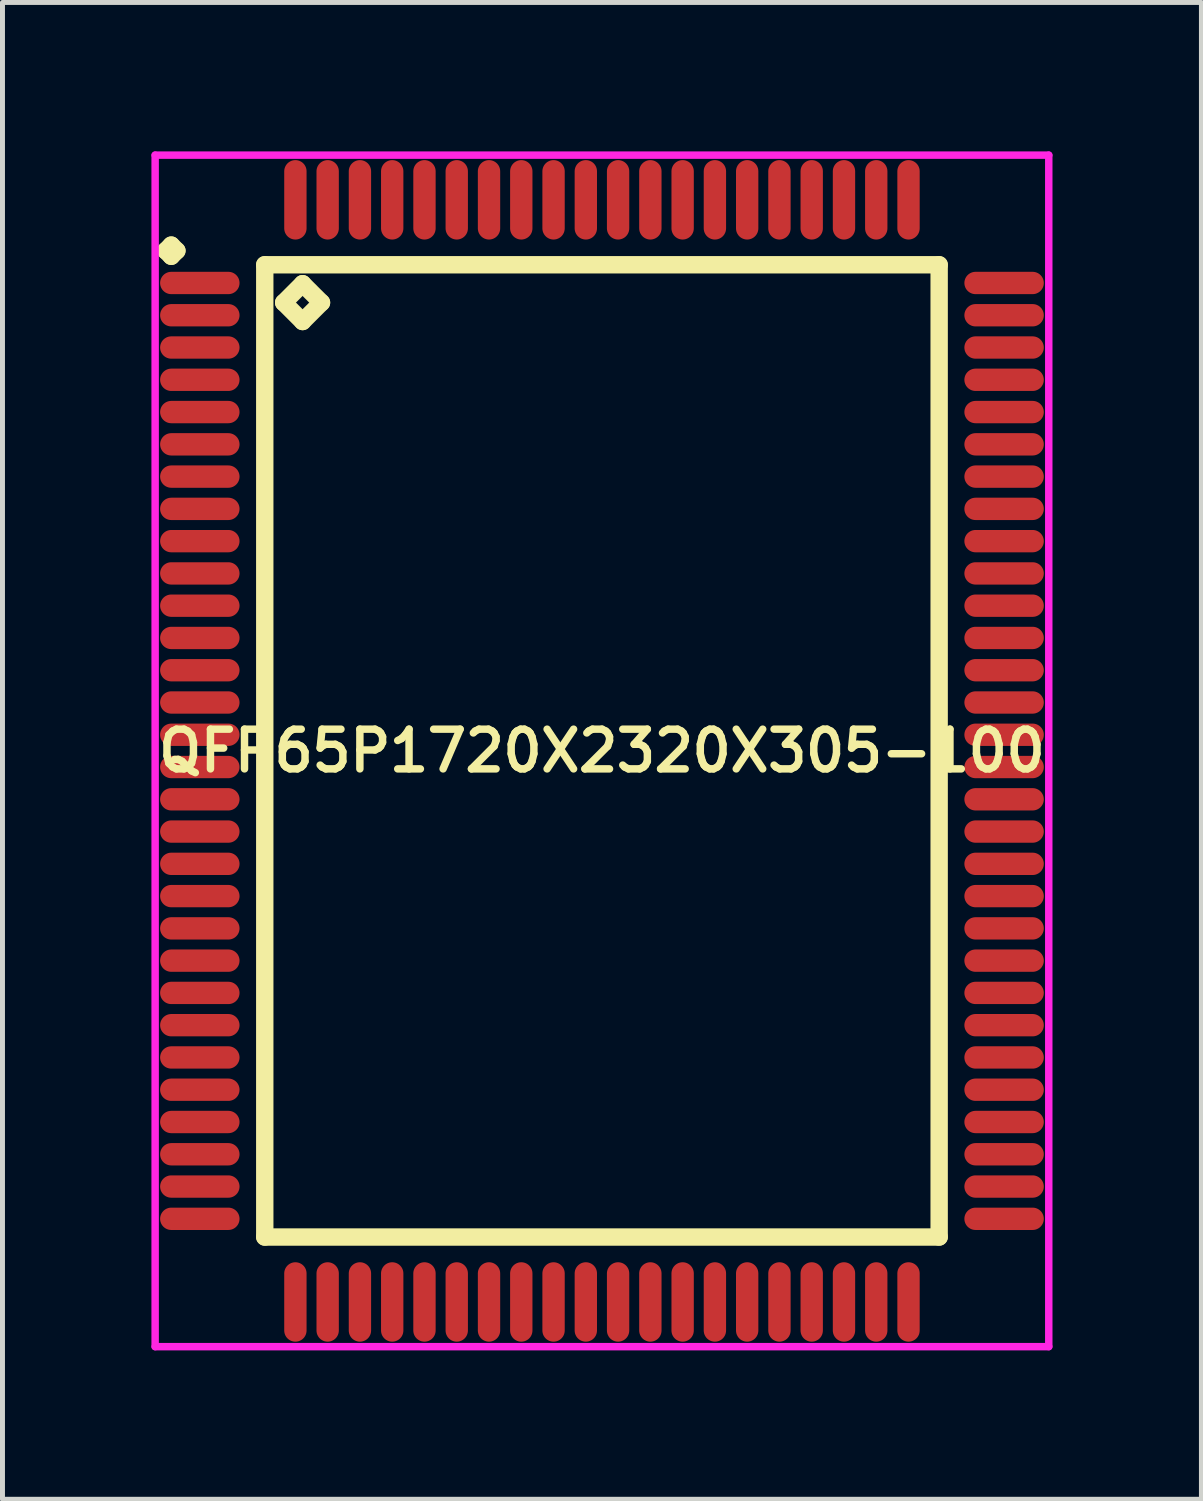
<source format=kicad_pcb>
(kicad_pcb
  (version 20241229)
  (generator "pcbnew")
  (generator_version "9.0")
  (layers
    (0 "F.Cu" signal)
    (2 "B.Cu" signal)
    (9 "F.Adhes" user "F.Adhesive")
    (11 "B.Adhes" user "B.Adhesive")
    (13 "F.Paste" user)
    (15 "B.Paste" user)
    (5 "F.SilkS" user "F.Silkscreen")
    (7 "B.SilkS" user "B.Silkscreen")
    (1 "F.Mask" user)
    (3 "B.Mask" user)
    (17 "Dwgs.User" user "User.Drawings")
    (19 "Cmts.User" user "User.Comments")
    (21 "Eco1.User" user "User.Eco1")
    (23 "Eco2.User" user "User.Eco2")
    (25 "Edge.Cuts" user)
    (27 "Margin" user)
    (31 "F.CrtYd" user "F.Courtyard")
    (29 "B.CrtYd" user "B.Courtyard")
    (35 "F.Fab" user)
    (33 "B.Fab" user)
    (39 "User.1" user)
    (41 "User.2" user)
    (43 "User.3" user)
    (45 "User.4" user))
  (footprint "QFP65P1720X2320X305-100"
    (layer "F.Cu")
    (at 9.075 12.075)
    (property "Reference" "QFP65P1720X2320X305-100" (at 0 0 0) (layer "F.SilkS") (effects (font (size 0.8 0.8) (thickness 0.15))))
    (attr smd)
    (fp_line (start -8.787 -10.075) (end -8.675 -10.188) (stroke (width 0.35) (type solid)) (layer "F.SilkS"))
    (fp_line (start -8.675 -10.188) (end -8.562 -10.075) (stroke (width 0.35) (type solid)) (layer "F.SilkS"))
    (fp_line (start -8.675 -9.963) (end -8.787 -10.075) (stroke (width 0.35) (type solid)) (layer "F.SilkS"))
    (fp_line (start -8.562 -10.075) (end -8.675 -9.963) (stroke (width 0.35) (type solid)) (layer "F.SilkS"))
    (fp_line (start -6.792 -9.792) (end -6.792 9.792) (stroke (width 0.35) (type solid)) (layer "F.SilkS"))
    (fp_line (start -6.792 9.792) (end 6.792 9.792) (stroke (width 0.35) (type solid)) (layer "F.SilkS"))
    (fp_line (start -6.411 -9.03) (end -6.03 -9.411) (stroke (width 0.35) (type solid)) (layer "F.SilkS"))
    (fp_line (start -6.03 -9.411) (end -5.649 -9.03) (stroke (width 0.35) (type solid)) (layer "F.SilkS"))
    (fp_line (start -6.03 -8.649) (end -6.411 -9.03) (stroke (width 0.35) (type solid)) (layer "F.SilkS"))
    (fp_line (start -5.649 -9.03) (end -6.03 -8.649) (stroke (width 0.35) (type solid)) (layer "F.SilkS"))
    (fp_line (start 6.792 -9.792) (end -6.792 -9.792) (stroke (width 0.35) (type solid)) (layer "F.SilkS"))
    (fp_line (start 6.792 9.792) (end 6.792 -9.792) (stroke (width 0.35) (type solid)) (layer "F.SilkS"))
    (fp_line (start -9 -12) (end 9 -12) (stroke (width 0.15) (type solid)) (layer "F.CrtYd"))
    (fp_line (start -9 12) (end -9 -12) (stroke (width 0.15) (type solid)) (layer "F.CrtYd"))
    (fp_line (start 9 -12) (end 9 12) (stroke (width 0.15) (type solid)) (layer "F.CrtYd"))
    (fp_line (start 9 12) (end -9 12) (stroke (width 0.15) (type solid)) (layer "F.CrtYd"))
    (pad "1" smd oval (at -8.1 -9.425) (size 1.6 0.45) (layers "F.Cu" "F.Mask" "F.Paste"))
    (pad "2" smd oval (at -8.1 -8.775) (size 1.6 0.45) (layers "F.Cu" "F.Mask" "F.Paste"))
    (pad "3" smd oval (at -8.1 -8.125) (size 1.6 0.45) (layers "F.Cu" "F.Mask" "F.Paste"))
    (pad "4" smd oval (at -8.1 -7.475) (size 1.6 0.45) (layers "F.Cu" "F.Mask" "F.Paste"))
    (pad "5" smd oval (at -8.1 -6.825) (size 1.6 0.45) (layers "F.Cu" "F.Mask" "F.Paste"))
    (pad "6" smd oval (at -8.1 -6.175) (size 1.6 0.45) (layers "F.Cu" "F.Mask" "F.Paste"))
    (pad "7" smd oval (at -8.1 -5.525) (size 1.6 0.45) (layers "F.Cu" "F.Mask" "F.Paste"))
    (pad "8" smd oval (at -8.1 -4.875) (size 1.6 0.45) (layers "F.Cu" "F.Mask" "F.Paste"))
    (pad "9" smd oval (at -8.1 -4.225) (size 1.6 0.45) (layers "F.Cu" "F.Mask" "F.Paste"))
    (pad "10" smd oval (at -8.1 -3.575) (size 1.6 0.45) (layers "F.Cu" "F.Mask" "F.Paste"))
    (pad "11" smd oval (at -8.1 -2.925) (size 1.6 0.45) (layers "F.Cu" "F.Mask" "F.Paste"))
    (pad "12" smd oval (at -8.1 -2.275) (size 1.6 0.45) (layers "F.Cu" "F.Mask" "F.Paste"))
    (pad "13" smd oval (at -8.1 -1.625) (size 1.6 0.45) (layers "F.Cu" "F.Mask" "F.Paste"))
    (pad "14" smd oval (at -8.1 -0.975) (size 1.6 0.45) (layers "F.Cu" "F.Mask" "F.Paste"))
    (pad "15" smd oval (at -8.1 -0.325) (size 1.6 0.45) (layers "F.Cu" "F.Mask" "F.Paste"))
    (pad "16" smd oval (at -8.1 0.325) (size 1.6 0.45) (layers "F.Cu" "F.Mask" "F.Paste"))
    (pad "17" smd oval (at -8.1 0.975) (size 1.6 0.45) (layers "F.Cu" "F.Mask" "F.Paste"))
    (pad "18" smd oval (at -8.1 1.625) (size 1.6 0.45) (layers "F.Cu" "F.Mask" "F.Paste"))
    (pad "19" smd oval (at -8.1 2.275) (size 1.6 0.45) (layers "F.Cu" "F.Mask" "F.Paste"))
    (pad "20" smd oval (at -8.1 2.925) (size 1.6 0.45) (layers "F.Cu" "F.Mask" "F.Paste"))
    (pad "21" smd oval (at -8.1 3.575) (size 1.6 0.45) (layers "F.Cu" "F.Mask" "F.Paste"))
    (pad "22" smd oval (at -8.1 4.225) (size 1.6 0.45) (layers "F.Cu" "F.Mask" "F.Paste"))
    (pad "23" smd oval (at -8.1 4.875) (size 1.6 0.45) (layers "F.Cu" "F.Mask" "F.Paste"))
    (pad "24" smd oval (at -8.1 5.525) (size 1.6 0.45) (layers "F.Cu" "F.Mask" "F.Paste"))
    (pad "25" smd oval (at -8.1 6.175) (size 1.6 0.45) (layers "F.Cu" "F.Mask" "F.Paste"))
    (pad "26" smd oval (at -8.1 6.825) (size 1.6 0.45) (layers "F.Cu" "F.Mask" "F.Paste"))
    (pad "27" smd oval (at -8.1 7.475) (size 1.6 0.45) (layers "F.Cu" "F.Mask" "F.Paste"))
    (pad "28" smd oval (at -8.1 8.125) (size 1.6 0.45) (layers "F.Cu" "F.Mask" "F.Paste"))
    (pad "29" smd oval (at -8.1 8.775) (size 1.6 0.45) (layers "F.Cu" "F.Mask" "F.Paste"))
    (pad "30" smd oval (at -8.1 9.425) (size 1.6 0.45) (layers "F.Cu" "F.Mask" "F.Paste"))
    (pad "31" smd oval (at -6.175 11.1) (size 0.45 1.6) (layers "F.Cu" "F.Mask" "F.Paste"))
    (pad "32" smd oval (at -5.525 11.1) (size 0.45 1.6) (layers "F.Cu" "F.Mask" "F.Paste"))
    (pad "33" smd oval (at -4.875 11.1) (size 0.45 1.6) (layers "F.Cu" "F.Mask" "F.Paste"))
    (pad "34" smd oval (at -4.225 11.1) (size 0.45 1.6) (layers "F.Cu" "F.Mask" "F.Paste"))
    (pad "35" smd oval (at -3.575 11.1) (size 0.45 1.6) (layers "F.Cu" "F.Mask" "F.Paste"))
    (pad "36" smd oval (at -2.925 11.1) (size 0.45 1.6) (layers "F.Cu" "F.Mask" "F.Paste"))
    (pad "37" smd oval (at -2.275 11.1) (size 0.45 1.6) (layers "F.Cu" "F.Mask" "F.Paste"))
    (pad "38" smd oval (at -1.625 11.1) (size 0.45 1.6) (layers "F.Cu" "F.Mask" "F.Paste"))
    (pad "39" smd oval (at -0.975 11.1) (size 0.45 1.6) (layers "F.Cu" "F.Mask" "F.Paste"))
    (pad "40" smd oval (at -0.325 11.1) (size 0.45 1.6) (layers "F.Cu" "F.Mask" "F.Paste"))
    (pad "41" smd oval (at 0.325 11.1) (size 0.45 1.6) (layers "F.Cu" "F.Mask" "F.Paste"))
    (pad "42" smd oval (at 0.975 11.1) (size 0.45 1.6) (layers "F.Cu" "F.Mask" "F.Paste"))
    (pad "43" smd oval (at 1.625 11.1) (size 0.45 1.6) (layers "F.Cu" "F.Mask" "F.Paste"))
    (pad "44" smd oval (at 2.275 11.1) (size 0.45 1.6) (layers "F.Cu" "F.Mask" "F.Paste"))
    (pad "45" smd oval (at 2.925 11.1) (size 0.45 1.6) (layers "F.Cu" "F.Mask" "F.Paste"))
    (pad "46" smd oval (at 3.575 11.1) (size 0.45 1.6) (layers "F.Cu" "F.Mask" "F.Paste"))
    (pad "47" smd oval (at 4.225 11.1) (size 0.45 1.6) (layers "F.Cu" "F.Mask" "F.Paste"))
    (pad "48" smd oval (at 4.875 11.1) (size 0.45 1.6) (layers "F.Cu" "F.Mask" "F.Paste"))
    (pad "49" smd oval (at 5.525 11.1) (size 0.45 1.6) (layers "F.Cu" "F.Mask" "F.Paste"))
    (pad "50" smd oval (at 6.175 11.1) (size 0.45 1.6) (layers "F.Cu" "F.Mask" "F.Paste"))
    (pad "51" smd oval (at 8.1 9.425) (size 1.6 0.45) (layers "F.Cu" "F.Mask" "F.Paste"))
    (pad "52" smd oval (at 8.1 8.775) (size 1.6 0.45) (layers "F.Cu" "F.Mask" "F.Paste"))
    (pad "53" smd oval (at 8.1 8.125) (size 1.6 0.45) (layers "F.Cu" "F.Mask" "F.Paste"))
    (pad "54" smd oval (at 8.1 7.475) (size 1.6 0.45) (layers "F.Cu" "F.Mask" "F.Paste"))
    (pad "55" smd oval (at 8.1 6.825) (size 1.6 0.45) (layers "F.Cu" "F.Mask" "F.Paste"))
    (pad "56" smd oval (at 8.1 6.175) (size 1.6 0.45) (layers "F.Cu" "F.Mask" "F.Paste"))
    (pad "57" smd oval (at 8.1 5.525) (size 1.6 0.45) (layers "F.Cu" "F.Mask" "F.Paste"))
    (pad "58" smd oval (at 8.1 4.875) (size 1.6 0.45) (layers "F.Cu" "F.Mask" "F.Paste"))
    (pad "59" smd oval (at 8.1 4.225) (size 1.6 0.45) (layers "F.Cu" "F.Mask" "F.Paste"))
    (pad "60" smd oval (at 8.1 3.575) (size 1.6 0.45) (layers "F.Cu" "F.Mask" "F.Paste"))
    (pad "61" smd oval (at 8.1 2.925) (size 1.6 0.45) (layers "F.Cu" "F.Mask" "F.Paste"))
    (pad "62" smd oval (at 8.1 2.275) (size 1.6 0.45) (layers "F.Cu" "F.Mask" "F.Paste"))
    (pad "63" smd oval (at 8.1 1.625) (size 1.6 0.45) (layers "F.Cu" "F.Mask" "F.Paste"))
    (pad "64" smd oval (at 8.1 0.975) (size 1.6 0.45) (layers "F.Cu" "F.Mask" "F.Paste"))
    (pad "65" smd oval (at 8.1 0.325) (size 1.6 0.45) (layers "F.Cu" "F.Mask" "F.Paste"))
    (pad "66" smd oval (at 8.1 -0.325) (size 1.6 0.45) (layers "F.Cu" "F.Mask" "F.Paste"))
    (pad "67" smd oval (at 8.1 -0.975) (size 1.6 0.45) (layers "F.Cu" "F.Mask" "F.Paste"))
    (pad "68" smd oval (at 8.1 -1.625) (size 1.6 0.45) (layers "F.Cu" "F.Mask" "F.Paste"))
    (pad "69" smd oval (at 8.1 -2.275) (size 1.6 0.45) (layers "F.Cu" "F.Mask" "F.Paste"))
    (pad "70" smd oval (at 8.1 -2.925) (size 1.6 0.45) (layers "F.Cu" "F.Mask" "F.Paste"))
    (pad "71" smd oval (at 8.1 -3.575) (size 1.6 0.45) (layers "F.Cu" "F.Mask" "F.Paste"))
    (pad "72" smd oval (at 8.1 -4.225) (size 1.6 0.45) (layers "F.Cu" "F.Mask" "F.Paste"))
    (pad "73" smd oval (at 8.1 -4.875) (size 1.6 0.45) (layers "F.Cu" "F.Mask" "F.Paste"))
    (pad "74" smd oval (at 8.1 -5.525) (size 1.6 0.45) (layers "F.Cu" "F.Mask" "F.Paste"))
    (pad "75" smd oval (at 8.1 -6.175) (size 1.6 0.45) (layers "F.Cu" "F.Mask" "F.Paste"))
    (pad "76" smd oval (at 8.1 -6.825) (size 1.6 0.45) (layers "F.Cu" "F.Mask" "F.Paste"))
    (pad "77" smd oval (at 8.1 -7.475) (size 1.6 0.45) (layers "F.Cu" "F.Mask" "F.Paste"))
    (pad "78" smd oval (at 8.1 -8.125) (size 1.6 0.45) (layers "F.Cu" "F.Mask" "F.Paste"))
    (pad "79" smd oval (at 8.1 -8.775) (size 1.6 0.45) (layers "F.Cu" "F.Mask" "F.Paste"))
    (pad "80" smd oval (at 8.1 -9.425) (size 1.6 0.45) (layers "F.Cu" "F.Mask" "F.Paste"))
    (pad "81" smd oval (at 6.175 -11.1) (size 0.45 1.6) (layers "F.Cu" "F.Mask" "F.Paste"))
    (pad "82" smd oval (at 5.525 -11.1) (size 0.45 1.6) (layers "F.Cu" "F.Mask" "F.Paste"))
    (pad "83" smd oval (at 4.875 -11.1) (size 0.45 1.6) (layers "F.Cu" "F.Mask" "F.Paste"))
    (pad "84" smd oval (at 4.225 -11.1) (size 0.45 1.6) (layers "F.Cu" "F.Mask" "F.Paste"))
    (pad "85" smd oval (at 3.575 -11.1) (size 0.45 1.6) (layers "F.Cu" "F.Mask" "F.Paste"))
    (pad "86" smd oval (at 2.925 -11.1) (size 0.45 1.6) (layers "F.Cu" "F.Mask" "F.Paste"))
    (pad "87" smd oval (at 2.275 -11.1) (size 0.45 1.6) (layers "F.Cu" "F.Mask" "F.Paste"))
    (pad "88" smd oval (at 1.625 -11.1) (size 0.45 1.6) (layers "F.Cu" "F.Mask" "F.Paste"))
    (pad "89" smd oval (at 0.975 -11.1) (size 0.45 1.6) (layers "F.Cu" "F.Mask" "F.Paste"))
    (pad "90" smd oval (at 0.325 -11.1) (size 0.45 1.6) (layers "F.Cu" "F.Mask" "F.Paste"))
    (pad "91" smd oval (at -0.325 -11.1) (size 0.45 1.6) (layers "F.Cu" "F.Mask" "F.Paste"))
    (pad "92" smd oval (at -0.975 -11.1) (size 0.45 1.6) (layers "F.Cu" "F.Mask" "F.Paste"))
    (pad "93" smd oval (at -1.625 -11.1) (size 0.45 1.6) (layers "F.Cu" "F.Mask" "F.Paste"))
    (pad "94" smd oval (at -2.275 -11.1) (size 0.45 1.6) (layers "F.Cu" "F.Mask" "F.Paste"))
    (pad "95" smd oval (at -2.925 -11.1) (size 0.45 1.6) (layers "F.Cu" "F.Mask" "F.Paste"))
    (pad "96" smd oval (at -3.575 -11.1) (size 0.45 1.6) (layers "F.Cu" "F.Mask" "F.Paste"))
    (pad "97" smd oval (at -4.225 -11.1) (size 0.45 1.6) (layers "F.Cu" "F.Mask" "F.Paste"))
    (pad "98" smd oval (at -4.875 -11.1) (size 0.45 1.6) (layers "F.Cu" "F.Mask" "F.Paste"))
    (pad "99" smd oval (at -5.525 -11.1) (size 0.45 1.6) (layers "F.Cu" "F.Mask" "F.Paste"))
    (pad "100" smd oval (at -6.175 -11.1) (size 0.45 1.6) (layers "F.Cu" "F.Mask" "F.Paste")))
  (gr_rect
    (start -3 -3)
    (end 21.15 27.15)
    (stroke (width 0.1) (type default))
    (fill no)
    (layer "Edge.Cuts")))
</source>
